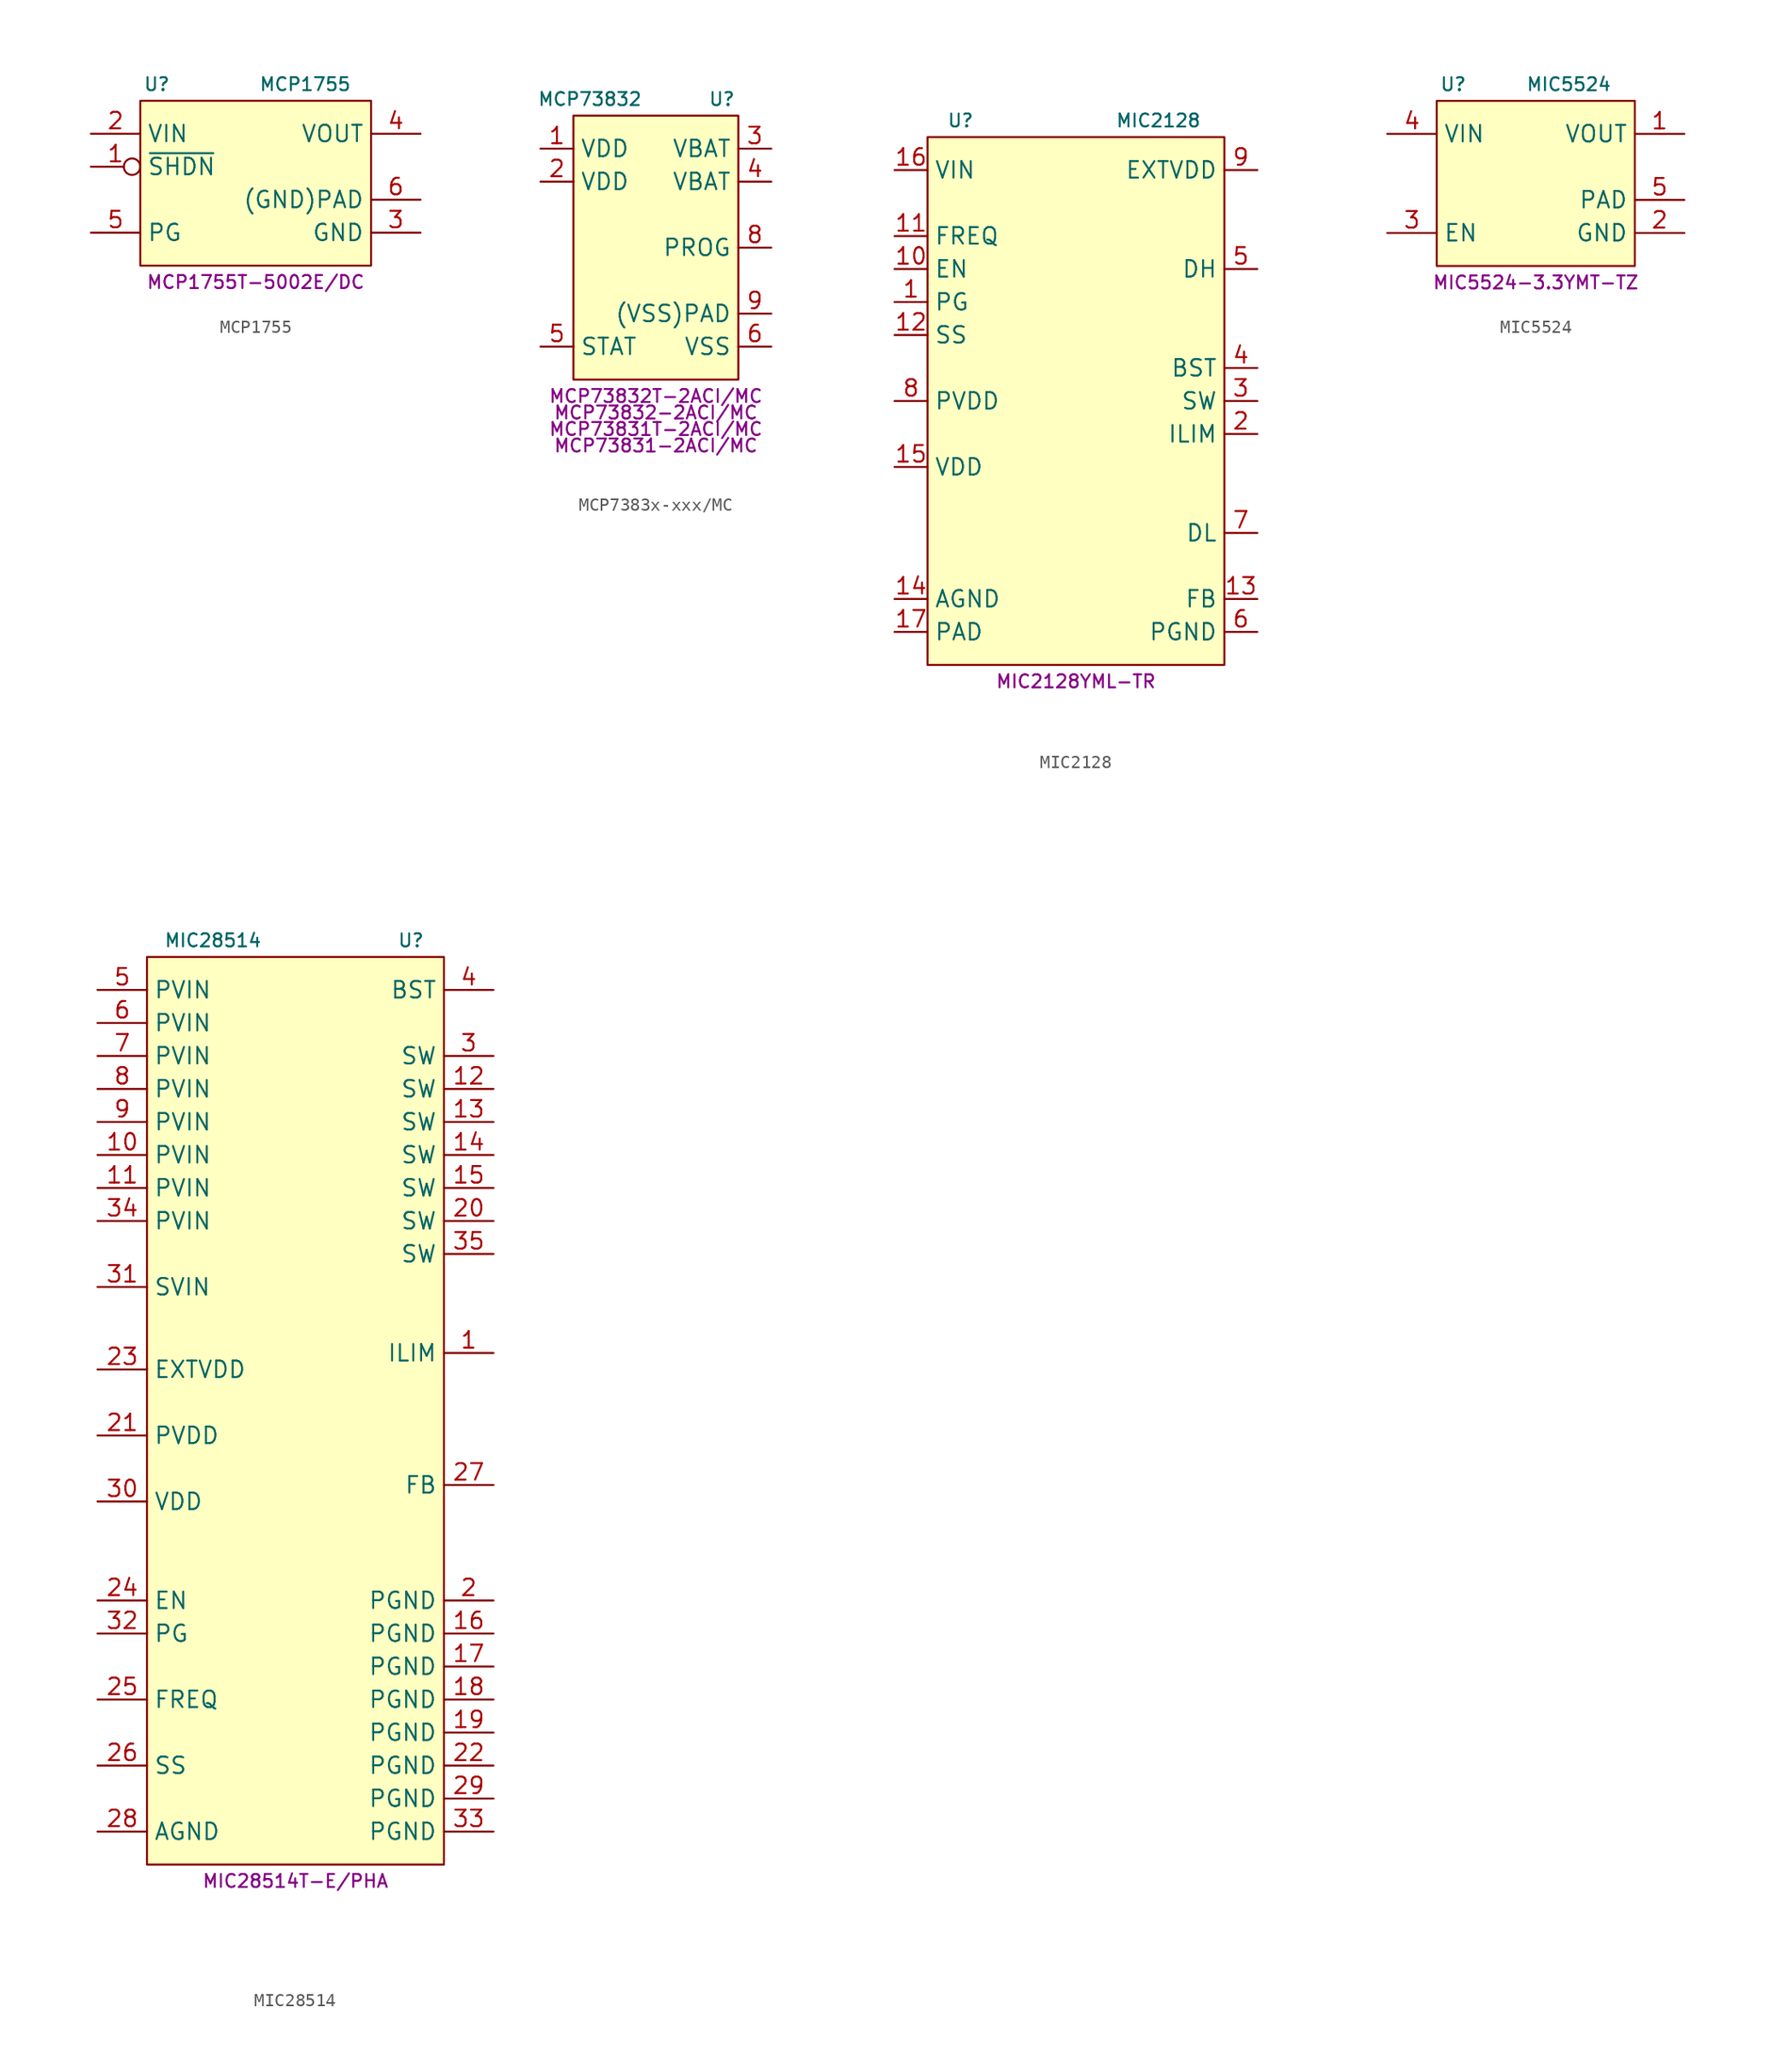
<source format=kicad_sym>
(kicad_symbol_lib
  (version 20231120)
  (generator "kicad_symbol_editor")
  (generator_version "8.0")
  (symbol "MCP1755"
    (property "Reference" "U"
      (at -7.62 7.62 0)
      (effects (font (size 1 1))))
    (property "Value" "MCP1755"
      (at 3.81 7.62 0)
      (effects (font (size 1 1))))
    (property "MPN" "MCP1755T-5002E/DC"
      (at 0 -7.62 0)
      (effects (font (size 1 1))))
    (symbol "MCP1755_0_1"
      (rectangle (start -8.89 6.35) (end 8.89 -6.35) (stroke (width 0.152) (type default)) (fill (type background))))
    (symbol "MCP1755_1_1"
      (pin input inverted (at -12.7 1.27 0) (length 3.81) (name "~{SHDN}" (effects (font (size 1.27 1.27)))) (number "1" (effects (font (size 1.27 1.27)))))
      (pin power_in line (at -12.7 3.81 0) (length 3.81) (name "VIN" (effects (font (size 1.27 1.27)))) (number "2" (effects (font (size 1.27 1.27)))))
      (pin power_in line (at 12.7 -3.81 180) (length 3.81) (name "GND" (effects (font (size 1.27 1.27)))) (number "3" (effects (font (size 1.27 1.27)))))
      (pin power_out line (at 12.7 3.81 180) (length 3.81) (name "VOUT" (effects (font (size 1.27 1.27)))) (number "4" (effects (font (size 1.27 1.27)))))
      (pin open_collector line (at -12.7 -3.81 0) (length 3.81) (name "PG" (effects (font (size 1.27 1.27)))) (number "5" (effects (font (size 1.27 1.27)))))
      (pin power_in line (at 12.7 -1.27 180) (length 3.81) (name "(GND)PAD" (effects (font (size 1.27 1.27)))) (number "6" (effects (font (size 1.27 1.27)))))))
  (symbol "MCP7383x-xxx/MC"
    (property "Reference" "U"
      (at 5.08 11.43 0)
      (effects (font (size 1 1))))
    (property "Value" "MCP73832"
      (at -5.08 11.43 0)
      (effects (font (size 1 1))))
    (property "MPN" "MCP73832T-2ACI/MC"
      (at 0 -11.43 0)
      (effects (font (size 1 1))))
    (property "MPN2" "MCP73832-2ACI/MC"
      (at 0 -12.7 0)
      (effects (font (size 1 1))))
    (property "MPN3" "MCP73831T-2ACI/MC"
      (at 0 -13.97 0)
      (effects (font (size 1 1))))
    (property "MPN4" "MCP73831-2ACI/MC"
      (at 0 -15.24 0)
      (effects (font (size 1 1))))
    (symbol "MCP7383x-xxx/MC_1_1"
      (rectangle (start -6.35 10.16) (end 6.35 -10.16) (stroke (width 0) (type default)) (fill (type background)))
      (pin power_in line (at -8.89 7.62 0) (length 2.54) (name "VDD" (effects (font (size 1.27 1.27)))) (number "1" (effects (font (size 1.27 1.27)))))
      (pin power_in line (at -8.89 5.08 0) (length 2.54) (name "VDD" (effects (font (size 1.27 1.27)))) (number "2" (effects (font (size 1.27 1.27)))))
      (pin power_out line (at 8.89 7.62 180) (length 2.54) (name "VBAT" (effects (font (size 1.27 1.27)))) (number "3" (effects (font (size 1.27 1.27)))))
      (pin power_out line (at 8.89 5.08 180) (length 2.54) (name "VBAT" (effects (font (size 1.27 1.27)))) (number "4" (effects (font (size 1.27 1.27)))))
      (pin open_collector line (at -8.89 -7.62 0) (length 2.54) (name "STAT" (effects (font (size 1.27 1.27)))) (number "5" (effects (font (size 1.27 1.27)))))
      (pin power_in line (at 8.89 -7.62 180) (length 2.54) (name "VSS" (effects (font (size 1.27 1.27)))) (number "6" (effects (font (size 1.27 1.27)))))
      (pin passive line (at 8.89 0 180) (length 2.54) (name "PROG" (effects (font (size 1.27 1.27)))) (number "8" (effects (font (size 1.27 1.27)))))
      (pin power_in line (at 8.89 -5.08 180) (length 2.54) (name "(VSS)PAD" (effects (font (size 1.27 1.27)))) (number "9" (effects (font (size 1.27 1.27)))))))
  (symbol "MIC2128"
    (property "Reference" "U"
      (at -8.89 21.59 0)
      (effects (font (size 1 1))))
    (property "Value" "MIC2128"
      (at 6.35 21.59 0)
      (effects (font (size 1 1))))
    (property "MPN" "MIC2128YML-TR"
      (at 0 -21.59 0)
      (effects (font (size 1 1))))
    (symbol "MIC2128_0_1"
      (rectangle (start -11.43 20.32) (end 11.43 -20.32) (stroke (width 0) (type default)) (fill (type background))))
    (symbol "MIC2128_1_1"
      (pin open_collector line (at -13.97 7.62 0) (length 2.54) (name "PG" (effects (font (size 1.27 1.27)))) (number "1" (effects (font (size 1.27 1.27)))))
      (pin input line (at -13.97 10.16 0) (length 2.54) (name "EN" (effects (font (size 1.27 1.27)))) (number "10" (effects (font (size 1.27 1.27)))))
      (pin input line (at -13.97 12.7 0) (length 2.54) (name "FREQ" (effects (font (size 1.27 1.27)))) (number "11" (effects (font (size 1.27 1.27)))))
      (pin passive line (at -13.97 5.08 0) (length 2.54) (name "SS" (effects (font (size 1.27 1.27)))) (number "12" (effects (font (size 1.27 1.27)))))
      (pin passive line (at 13.97 -15.24 180) (length 2.54) (name "FB" (effects (font (size 1.27 1.27)))) (number "13" (effects (font (size 1.27 1.27)))))
      (pin passive line (at -13.97 -15.24 0) (length 2.54) (name "AGND" (effects (font (size 1.27 1.27)))) (number "14" (effects (font (size 1.27 1.27)))))
      (pin power_in line (at -13.97 -5.08 0) (length 2.54) (name "VDD" (effects (font (size 1.27 1.27)))) (number "15" (effects (font (size 1.27 1.27)))))
      (pin power_in line (at -13.97 17.78 0) (length 2.54) (name "VIN" (effects (font (size 1.27 1.27)))) (number "16" (effects (font (size 1.27 1.27)))))
      (pin power_out line (at -13.97 -17.78 0) (length 2.54) (name "PAD" (effects (font (size 1.27 1.27)))) (number "17" (effects (font (size 1.27 1.27)))))
      (pin passive line (at 13.97 -2.54 180) (length 2.54) (name "ILIM" (effects (font (size 1.27 1.27)))) (number "2" (effects (font (size 1.27 1.27)))))
      (pin power_out line (at 13.97 0 180) (length 2.54) (name "SW" (effects (font (size 1.27 1.27)))) (number "3" (effects (font (size 1.27 1.27)))))
      (pin power_in line (at 13.97 2.54 180) (length 2.54) (name "BST" (effects (font (size 1.27 1.27)))) (number "4" (effects (font (size 1.27 1.27)))))
      (pin power_out line (at 13.97 10.16 180) (length 2.54) (name "DH" (effects (font (size 1.27 1.27)))) (number "5" (effects (font (size 1.27 1.27)))))
      (pin power_out line (at 13.97 -17.78 180) (length 2.54) (name "PGND" (effects (font (size 1.27 1.27)))) (number "6" (effects (font (size 1.27 1.27)))))
      (pin power_out line (at 13.97 -10.16 180) (length 2.54) (name "DL" (effects (font (size 1.27 1.27)))) (number "7" (effects (font (size 1.27 1.27)))))
      (pin power_out line (at -13.97 0 0) (length 2.54) (name "PVDD" (effects (font (size 1.27 1.27)))) (number "8" (effects (font (size 1.27 1.27)))))
      (pin power_in line (at 13.97 17.78 180) (length 2.54) (name "EXTVDD" (effects (font (size 1.27 1.27)))) (number "9" (effects (font (size 1.27 1.27)))))))
  (symbol "MIC5524"
    (property "Reference" "U"
      (at -6.35 7.62 0)
      (effects (font (size 1 1))))
    (property "Value" "MIC5524"
      (at 2.54 7.62 0)
      (effects (font (size 1 1))))
    (property "MPN" "MIC5524-3.3YMT-TZ"
      (at 0 -7.62 0)
      (effects (font (size 1 1))))
    (symbol "MIC5524_1_1"
      (rectangle (start -7.62 6.35) (end 7.62 -6.35) (stroke (width 0) (type default)) (fill (type background)))
      (pin power_out line (at 11.43 3.81 180) (length 3.81) (name "VOUT" (effects (font (size 1.27 1.27)))) (number "1" (effects (font (size 1.27 1.27)))))
      (pin power_in line (at 11.43 -3.81 180) (length 3.81) (name "GND" (effects (font (size 1.27 1.27)))) (number "2" (effects (font (size 1.27 1.27)))))
      (pin input line (at -11.43 -3.81 0) (length 3.81) (name "EN" (effects (font (size 1.27 1.27)))) (number "3" (effects (font (size 1.27 1.27)))))
      (pin power_in line (at -11.43 3.81 0) (length 3.81) (name "VIN" (effects (font (size 1.27 1.27)))) (number "4" (effects (font (size 1.27 1.27)))))
      (pin power_in line (at 11.43 -1.27 180) (length 3.81) (name "PAD" (effects (font (size 1.27 1.27)))) (number "5" (effects (font (size 1.27 1.27)))))))
  (symbol "MIC28514"
    (property "Reference" "U"
      (at 8.89 36.83 0)
      (effects (font (size 1 1))))
    (property "Value" "MIC28514"
      (at -6.35 36.83 0)
      (effects (font (size 1 1))))
    (property "MPN" "MIC28514T-E/PHA"
      (at 0 -35.56 0)
      (effects (font (size 1 1))))
    (symbol "MIC28514_0_1"
      (rectangle (start -11.43 -34.29) (end 11.43 35.56) (stroke (width 0) (type default)) (fill (type background))))
    (symbol "MIC28514_1_1"
      (pin passive line (at 15.24 5.08 180) (length 3.81) (name "ILIM" (effects (font (size 1.27 1.27)))) (number "1" (effects (font (size 1.27 1.27)))))
      (pin power_in line (at -15.24 20.32 0) (length 3.81) (name "PVIN" (effects (font (size 1.27 1.27)))) (number "10" (effects (font (size 1.27 1.27)))))
      (pin power_in line (at -15.24 17.78 0) (length 3.81) (name "PVIN" (effects (font (size 1.27 1.27)))) (number "11" (effects (font (size 1.27 1.27)))))
      (pin power_out line (at 15.24 25.4 180) (length 3.81) (name "SW" (effects (font (size 1.27 1.27)))) (number "12" (effects (font (size 1.27 1.27)))))
      (pin power_out line (at 15.24 22.86 180) (length 3.81) (name "SW" (effects (font (size 1.27 1.27)))) (number "13" (effects (font (size 1.27 1.27)))))
      (pin power_out line (at 15.24 20.32 180) (length 3.81) (name "SW" (effects (font (size 1.27 1.27)))) (number "14" (effects (font (size 1.27 1.27)))))
      (pin power_out line (at 15.24 17.78 180) (length 3.81) (name "SW" (effects (font (size 1.27 1.27)))) (number "15" (effects (font (size 1.27 1.27)))))
      (pin power_in line (at 15.24 -16.51 180) (length 3.81) (name "PGND" (effects (font (size 1.27 1.27)))) (number "16" (effects (font (size 1.27 1.27)))))
      (pin power_in line (at 15.24 -19.05 180) (length 3.81) (name "PGND" (effects (font (size 1.27 1.27)))) (number "17" (effects (font (size 1.27 1.27)))))
      (pin power_in line (at 15.24 -21.59 180) (length 3.81) (name "PGND" (effects (font (size 1.27 1.27)))) (number "18" (effects (font (size 1.27 1.27)))))
      (pin power_in line (at 15.24 -24.13 180) (length 3.81) (name "PGND" (effects (font (size 1.27 1.27)))) (number "19" (effects (font (size 1.27 1.27)))))
      (pin power_in line (at 15.24 -13.97 180) (length 3.81) (name "PGND" (effects (font (size 1.27 1.27)))) (number "2" (effects (font (size 1.27 1.27)))))
      (pin power_out line (at 15.24 15.24 180) (length 3.81) (name "SW" (effects (font (size 1.27 1.27)))) (number "20" (effects (font (size 1.27 1.27)))))
      (pin power_in line (at -15.24 -1.27 0) (length 3.81) (name "PVDD" (effects (font (size 1.27 1.27)))) (number "21" (effects (font (size 1.27 1.27)))))
      (pin power_in line (at 15.24 -26.67 180) (length 3.81) (name "PGND" (effects (font (size 1.27 1.27)))) (number "22" (effects (font (size 1.27 1.27)))))
      (pin power_in line (at -15.24 3.81 0) (length 3.81) (name "EXTVDD" (effects (font (size 1.27 1.27)))) (number "23" (effects (font (size 1.27 1.27)))))
      (pin input line (at -15.24 -13.97 0) (length 3.81) (name "EN" (effects (font (size 1.27 1.27)))) (number "24" (effects (font (size 1.27 1.27)))))
      (pin passive line (at -15.24 -21.59 0) (length 3.81) (name "FREQ" (effects (font (size 1.27 1.27)))) (number "25" (effects (font (size 1.27 1.27)))))
      (pin passive line (at -15.24 -26.67 0) (length 3.81) (name "SS" (effects (font (size 1.27 1.27)))) (number "26" (effects (font (size 1.27 1.27)))))
      (pin passive line (at 15.24 -5.08 180) (length 3.81) (name "FB" (effects (font (size 1.27 1.27)))) (number "27" (effects (font (size 1.27 1.27)))))
      (pin power_in line (at -15.24 -31.75 0) (length 3.81) (name "AGND" (effects (font (size 1.27 1.27)))) (number "28" (effects (font (size 1.27 1.27)))))
      (pin power_in line (at 15.24 -29.21 180) (length 3.81) (name "PGND" (effects (font (size 1.27 1.27)))) (number "29" (effects (font (size 1.27 1.27)))))
      (pin power_out line (at 15.24 27.94 180) (length 3.81) (name "SW" (effects (font (size 1.27 1.27)))) (number "3" (effects (font (size 1.27 1.27)))))
      (pin power_out line (at -15.24 -6.35 0) (length 3.81) (name "VDD" (effects (font (size 1.27 1.27)))) (number "30" (effects (font (size 1.27 1.27)))))
      (pin power_in line (at -15.24 10.16 0) (length 3.81) (name "SVIN" (effects (font (size 1.27 1.27)))) (number "31" (effects (font (size 1.27 1.27)))))
      (pin open_collector line (at -15.24 -16.51 0) (length 3.81) (name "PG" (effects (font (size 1.27 1.27)))) (number "32" (effects (font (size 1.27 1.27)))))
      (pin power_in line (at 15.24 -31.75 180) (length 3.81) (name "PGND" (effects (font (size 1.27 1.27)))) (number "33" (effects (font (size 1.27 1.27)))))
      (pin power_in line (at -15.24 15.24 0) (length 3.81) (name "PVIN" (effects (font (size 1.27 1.27)))) (number "34" (effects (font (size 1.27 1.27)))))
      (pin power_out line (at 15.24 12.7 180) (length 3.81) (name "SW" (effects (font (size 1.27 1.27)))) (number "35" (effects (font (size 1.27 1.27)))))
      (pin passive line (at 15.24 33.02 180) (length 3.81) (name "BST" (effects (font (size 1.27 1.27)))) (number "4" (effects (font (size 1.27 1.27)))))
      (pin power_in line (at -15.24 33.02 0) (length 3.81) (name "PVIN" (effects (font (size 1.27 1.27)))) (number "5" (effects (font (size 1.27 1.27)))))
      (pin power_in line (at -15.24 30.48 0) (length 3.81) (name "PVIN" (effects (font (size 1.27 1.27)))) (number "6" (effects (font (size 1.27 1.27)))))
      (pin power_in line (at -15.24 27.94 0) (length 3.81) (name "PVIN" (effects (font (size 1.27 1.27)))) (number "7" (effects (font (size 1.27 1.27)))))
      (pin power_in line (at -15.24 25.4 0) (length 3.81) (name "PVIN" (effects (font (size 1.27 1.27)))) (number "8" (effects (font (size 1.27 1.27)))))
      (pin power_in line (at -15.24 22.86 0) (length 3.81) (name "PVIN" (effects (font (size 1.27 1.27)))) (number "9" (effects (font (size 1.27 1.27))))))))
</source>
